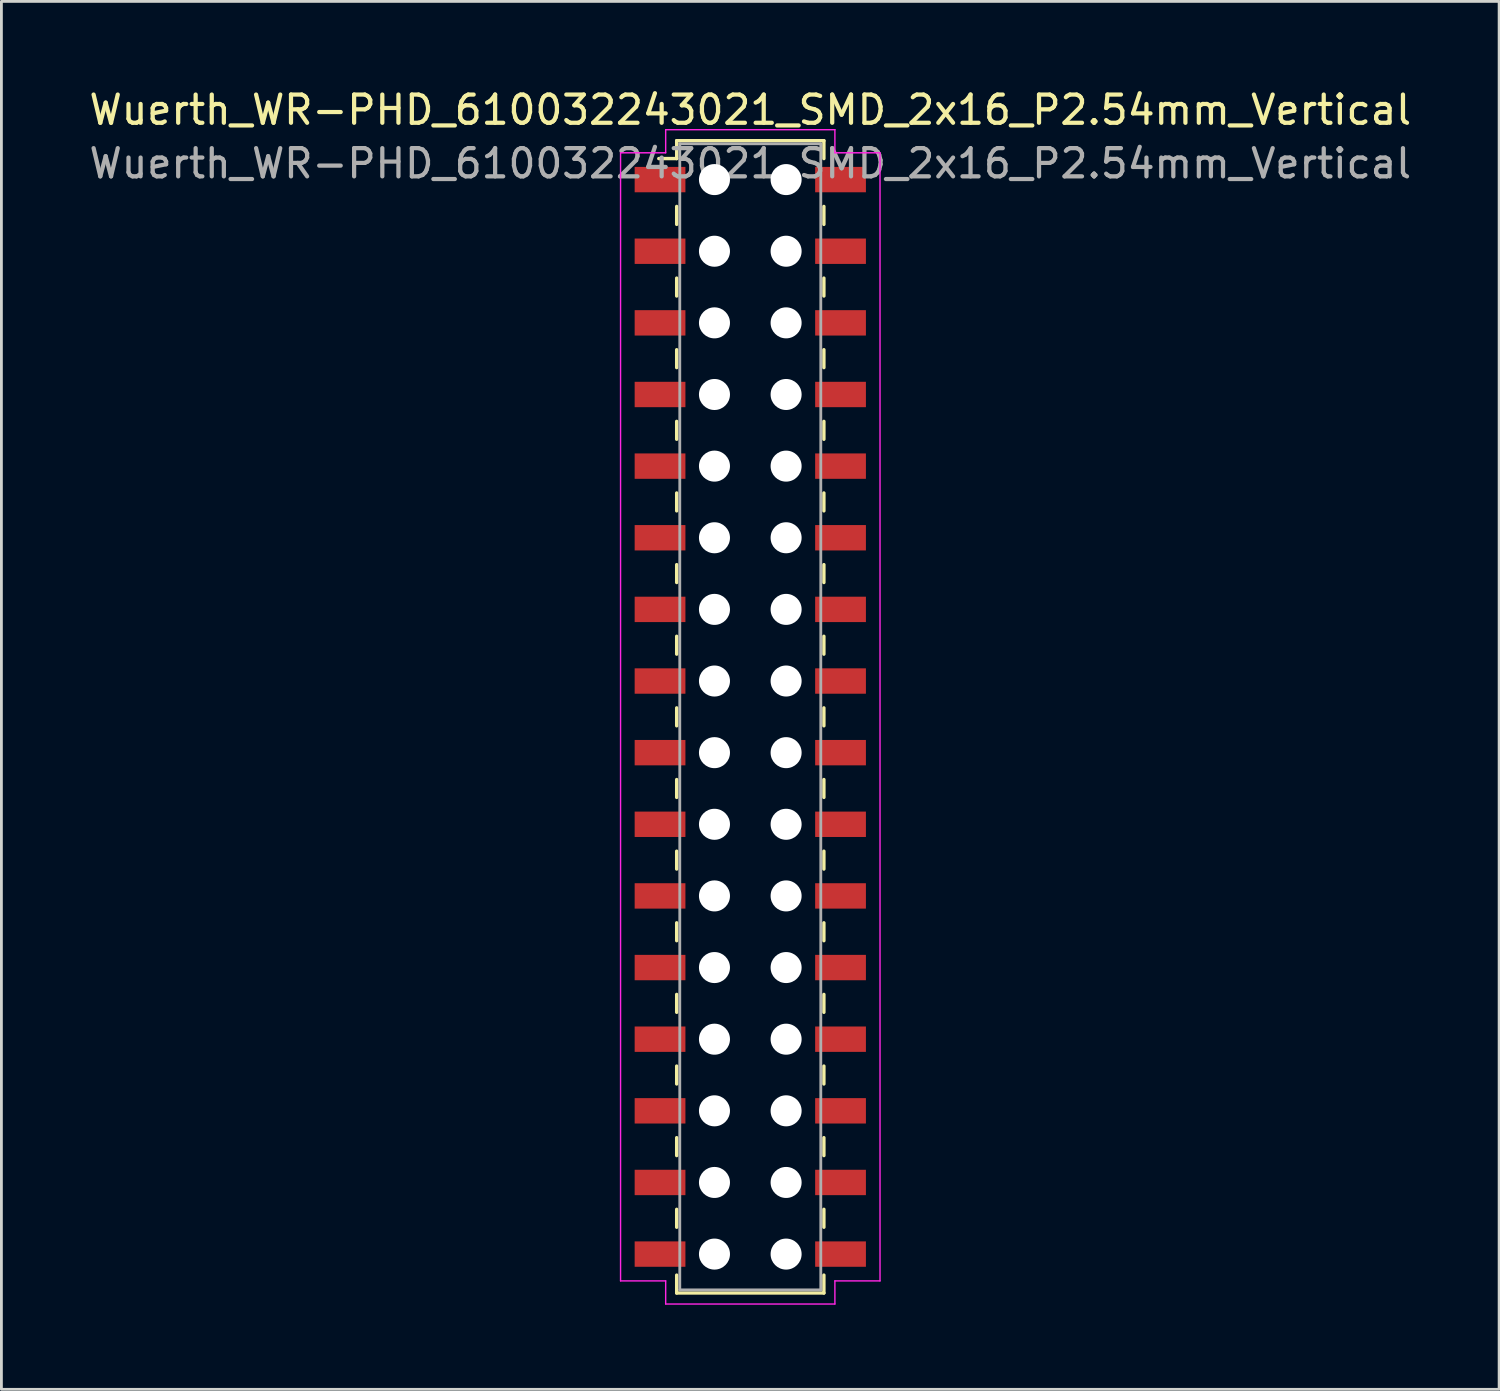
<source format=kicad_pcb>
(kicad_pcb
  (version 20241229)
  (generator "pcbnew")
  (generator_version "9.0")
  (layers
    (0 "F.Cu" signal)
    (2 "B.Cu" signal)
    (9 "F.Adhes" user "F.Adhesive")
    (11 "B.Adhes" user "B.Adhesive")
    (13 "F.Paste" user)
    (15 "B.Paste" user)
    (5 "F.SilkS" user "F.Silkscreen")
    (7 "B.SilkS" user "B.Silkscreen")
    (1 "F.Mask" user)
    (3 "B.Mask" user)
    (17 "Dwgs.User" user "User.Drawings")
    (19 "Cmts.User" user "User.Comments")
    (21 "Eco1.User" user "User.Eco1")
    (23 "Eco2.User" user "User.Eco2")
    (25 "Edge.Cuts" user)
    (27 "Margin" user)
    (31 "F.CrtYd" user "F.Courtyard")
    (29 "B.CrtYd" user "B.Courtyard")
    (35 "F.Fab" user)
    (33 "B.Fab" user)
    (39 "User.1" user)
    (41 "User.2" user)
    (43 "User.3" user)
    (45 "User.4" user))
  (footprint "Wuerth_WR-PHD_610032243021_SMD_2x16_P2.54mm_Vertical"
    (layer "F.Cu")
    (at 23.554 22.368)
    (property "Reference" "Wuerth_WR-PHD_610032243021_SMD_2x16_P2.54mm_Vertical" (at 0 -21.52 0) (layer "F.SilkS") (effects (font (size 1 1) (thickness 0.15))))
    (attr smd)
    (fp_line (start -2.61 -20.43) (end -2.61 -19.795) (stroke (width 0.12) (type solid)) (layer "F.SilkS"))
    (fp_line (start -2.61 -20.43) (end 2.61 -20.43) (stroke (width 0.12) (type solid)) (layer "F.SilkS"))
    (fp_line (start -2.61 -19.795) (end -3.245 -19.795) (stroke (width 0.12) (type solid)) (layer "F.SilkS"))
    (fp_line (start -2.61 -18.098) (end -2.61 -17.462) (stroke (width 0.12) (type solid)) (layer "F.SilkS"))
    (fp_line (start -2.61 -15.557) (end -2.61 -14.922) (stroke (width 0.12) (type solid)) (layer "F.SilkS"))
    (fp_line (start -2.61 -13.018) (end -2.61 -12.383) (stroke (width 0.12) (type solid)) (layer "F.SilkS"))
    (fp_line (start -2.61 -10.477) (end -2.61 -9.842) (stroke (width 0.12) (type solid)) (layer "F.SilkS"))
    (fp_line (start -2.61 -7.938) (end -2.61 -7.303) (stroke (width 0.12) (type solid)) (layer "F.SilkS"))
    (fp_line (start -2.61 -5.397) (end -2.61 -4.763) (stroke (width 0.12) (type solid)) (layer "F.SilkS"))
    (fp_line (start -2.61 -2.857) (end -2.61 -2.223) (stroke (width 0.12) (type solid)) (layer "F.SilkS"))
    (fp_line (start -2.61 -0.318) (end -2.61 0.318) (stroke (width 0.12) (type solid)) (layer "F.SilkS"))
    (fp_line (start -2.61 2.223) (end -2.61 2.857) (stroke (width 0.12) (type solid)) (layer "F.SilkS"))
    (fp_line (start -2.61 4.763) (end -2.61 5.397) (stroke (width 0.12) (type solid)) (layer "F.SilkS"))
    (fp_line (start -2.61 7.303) (end -2.61 7.938) (stroke (width 0.12) (type solid)) (layer "F.SilkS"))
    (fp_line (start -2.61 9.842) (end -2.61 10.477) (stroke (width 0.12) (type solid)) (layer "F.SilkS"))
    (fp_line (start -2.61 12.383) (end -2.61 13.018) (stroke (width 0.12) (type solid)) (layer "F.SilkS"))
    (fp_line (start -2.61 14.922) (end -2.61 15.557) (stroke (width 0.12) (type solid)) (layer "F.SilkS"))
    (fp_line (start -2.61 17.462) (end -2.61 18.098) (stroke (width 0.12) (type solid)) (layer "F.SilkS"))
    (fp_line (start -2.61 20.43) (end -2.61 19.795) (stroke (width 0.12) (type solid)) (layer "F.SilkS"))
    (fp_line (start -2.61 20.43) (end 2.61 20.43) (stroke (width 0.12) (type solid)) (layer "F.SilkS"))
    (fp_line (start 2.61 -20.43) (end 2.61 -19.795) (stroke (width 0.12) (type solid)) (layer "F.SilkS"))
    (fp_line (start 2.61 -18.098) (end 2.61 -17.462) (stroke (width 0.12) (type solid)) (layer "F.SilkS"))
    (fp_line (start 2.61 -15.557) (end 2.61 -14.922) (stroke (width 0.12) (type solid)) (layer "F.SilkS"))
    (fp_line (start 2.61 -13.018) (end 2.61 -12.383) (stroke (width 0.12) (type solid)) (layer "F.SilkS"))
    (fp_line (start 2.61 -10.477) (end 2.61 -9.842) (stroke (width 0.12) (type solid)) (layer "F.SilkS"))
    (fp_line (start 2.61 -7.938) (end 2.61 -7.303) (stroke (width 0.12) (type solid)) (layer "F.SilkS"))
    (fp_line (start 2.61 -5.397) (end 2.61 -4.763) (stroke (width 0.12) (type solid)) (layer "F.SilkS"))
    (fp_line (start 2.61 -2.857) (end 2.61 -2.223) (stroke (width 0.12) (type solid)) (layer "F.SilkS"))
    (fp_line (start 2.61 -0.318) (end 2.61 0.318) (stroke (width 0.12) (type solid)) (layer "F.SilkS"))
    (fp_line (start 2.61 2.223) (end 2.61 2.857) (stroke (width 0.12) (type solid)) (layer "F.SilkS"))
    (fp_line (start 2.61 4.763) (end 2.61 5.397) (stroke (width 0.12) (type solid)) (layer "F.SilkS"))
    (fp_line (start 2.61 7.303) (end 2.61 7.938) (stroke (width 0.12) (type solid)) (layer "F.SilkS"))
    (fp_line (start 2.61 9.842) (end 2.61 10.477) (stroke (width 0.12) (type solid)) (layer "F.SilkS"))
    (fp_line (start 2.61 12.383) (end 2.61 13.018) (stroke (width 0.12) (type solid)) (layer "F.SilkS"))
    (fp_line (start 2.61 14.922) (end 2.61 15.557) (stroke (width 0.12) (type solid)) (layer "F.SilkS"))
    (fp_line (start 2.61 17.462) (end 2.61 18.098) (stroke (width 0.12) (type solid)) (layer "F.SilkS"))
    (fp_line (start 2.61 20.43) (end 2.61 19.795) (stroke (width 0.12) (type solid)) (layer "F.SilkS"))
    (fp_line (start -4.6 -20) (end -3 -20) (stroke (width 0.05) (type solid)) (layer "F.CrtYd"))
    (fp_line (start -4.6 20) (end -4.6 -20) (stroke (width 0.05) (type solid)) (layer "F.CrtYd"))
    (fp_line (start -3 -20.82) (end 3 -20.82) (stroke (width 0.05) (type solid)) (layer "F.CrtYd"))
    (fp_line (start -3 -20) (end -3 -20.82) (stroke (width 0.05) (type solid)) (layer "F.CrtYd"))
    (fp_line (start -3 20) (end -4.6 20) (stroke (width 0.05) (type solid)) (layer "F.CrtYd"))
    (fp_line (start -3 20.82) (end -3 20) (stroke (width 0.05) (type solid)) (layer "F.CrtYd"))
    (fp_line (start 3 -20.82) (end 3 -20) (stroke (width 0.05) (type solid)) (layer "F.CrtYd"))
    (fp_line (start 3 -20) (end 4.6 -20) (stroke (width 0.05) (type solid)) (layer "F.CrtYd"))
    (fp_line (start 3 20) (end 3 20.82) (stroke (width 0.05) (type solid)) (layer "F.CrtYd"))
    (fp_line (start 3 20.82) (end -3 20.82) (stroke (width 0.05) (type solid)) (layer "F.CrtYd"))
    (fp_line (start 4.6 -20) (end 4.6 20) (stroke (width 0.05) (type solid)) (layer "F.CrtYd"))
    (fp_line (start 4.6 20) (end 3 20) (stroke (width 0.05) (type solid)) (layer "F.CrtYd"))
    (fp_line (start -2.5 -20.32) (end -2.5 20.32) (stroke (width 0.1) (type solid)) (layer "F.Fab"))
    (fp_line (start -2.5 20.32) (end 2.5 20.32) (stroke (width 0.1) (type solid)) (layer "F.Fab"))
    (fp_line (start 2.5 -20.32) (end -2.5 -20.32) (stroke (width 0.1) (type solid)) (layer "F.Fab"))
    (fp_line (start 2.5 20.32) (end 2.5 -20.32) (stroke (width 0.1) (type solid)) (layer "F.Fab"))
    (fp_text user "${REFERENCE}" (at 0 -19.62 0) (layer "F.Fab") (effects (font (size 1 1) (thickness 0.15))))
    (pad "" np_thru_hole circle (at -1.27 -19.05) (size 1.1 1.1) (drill 1.1) (layers "*.Cu" "*.Mask"))
    (pad "" np_thru_hole circle (at -1.27 -16.51) (size 1.1 1.1) (drill 1.1) (layers "*.Cu" "*.Mask"))
    (pad "" np_thru_hole circle (at -1.27 -13.97) (size 1.1 1.1) (drill 1.1) (layers "*.Cu" "*.Mask"))
    (pad "" np_thru_hole circle (at -1.27 -11.43) (size 1.1 1.1) (drill 1.1) (layers "*.Cu" "*.Mask"))
    (pad "" np_thru_hole circle (at -1.27 -8.89) (size 1.1 1.1) (drill 1.1) (layers "*.Cu" "*.Mask"))
    (pad "" np_thru_hole circle (at -1.27 -6.35) (size 1.1 1.1) (drill 1.1) (layers "*.Cu" "*.Mask"))
    (pad "" np_thru_hole circle (at -1.27 -3.81) (size 1.1 1.1) (drill 1.1) (layers "*.Cu" "*.Mask"))
    (pad "" np_thru_hole circle (at -1.27 -1.27) (size 1.1 1.1) (drill 1.1) (layers "*.Cu" "*.Mask"))
    (pad "" np_thru_hole circle (at -1.27 1.27) (size 1.1 1.1) (drill 1.1) (layers "*.Cu" "*.Mask"))
    (pad "" np_thru_hole circle (at -1.27 3.81) (size 1.1 1.1) (drill 1.1) (layers "*.Cu" "*.Mask"))
    (pad "" np_thru_hole circle (at -1.27 6.35) (size 1.1 1.1) (drill 1.1) (layers "*.Cu" "*.Mask"))
    (pad "" np_thru_hole circle (at -1.27 8.89) (size 1.1 1.1) (drill 1.1) (layers "*.Cu" "*.Mask"))
    (pad "" np_thru_hole circle (at -1.27 11.43) (size 1.1 1.1) (drill 1.1) (layers "*.Cu" "*.Mask"))
    (pad "" np_thru_hole circle (at -1.27 13.97) (size 1.1 1.1) (drill 1.1) (layers "*.Cu" "*.Mask"))
    (pad "" np_thru_hole circle (at -1.27 16.51) (size 1.1 1.1) (drill 1.1) (layers "*.Cu" "*.Mask"))
    (pad "" np_thru_hole circle (at -1.27 19.05) (size 1.1 1.1) (drill 1.1) (layers "*.Cu" "*.Mask"))
    (pad "" np_thru_hole circle (at 1.27 -19.05) (size 1.1 1.1) (drill 1.1) (layers "*.Cu" "*.Mask"))
    (pad "" np_thru_hole circle (at 1.27 -16.51) (size 1.1 1.1) (drill 1.1) (layers "*.Cu" "*.Mask"))
    (pad "" np_thru_hole circle (at 1.27 -13.97) (size 1.1 1.1) (drill 1.1) (layers "*.Cu" "*.Mask"))
    (pad "" np_thru_hole circle (at 1.27 -11.43) (size 1.1 1.1) (drill 1.1) (layers "*.Cu" "*.Mask"))
    (pad "" np_thru_hole circle (at 1.27 -8.89) (size 1.1 1.1) (drill 1.1) (layers "*.Cu" "*.Mask"))
    (pad "" np_thru_hole circle (at 1.27 -6.35) (size 1.1 1.1) (drill 1.1) (layers "*.Cu" "*.Mask"))
    (pad "" np_thru_hole circle (at 1.27 -3.81) (size 1.1 1.1) (drill 1.1) (layers "*.Cu" "*.Mask"))
    (pad "" np_thru_hole circle (at 1.27 -1.27) (size 1.1 1.1) (drill 1.1) (layers "*.Cu" "*.Mask"))
    (pad "" np_thru_hole circle (at 1.27 1.27) (size 1.1 1.1) (drill 1.1) (layers "*.Cu" "*.Mask"))
    (pad "" np_thru_hole circle (at 1.27 3.81) (size 1.1 1.1) (drill 1.1) (layers "*.Cu" "*.Mask"))
    (pad "" np_thru_hole circle (at 1.27 6.35) (size 1.1 1.1) (drill 1.1) (layers "*.Cu" "*.Mask"))
    (pad "" np_thru_hole circle (at 1.27 8.89) (size 1.1 1.1) (drill 1.1) (layers "*.Cu" "*.Mask"))
    (pad "" np_thru_hole circle (at 1.27 11.43) (size 1.1 1.1) (drill 1.1) (layers "*.Cu" "*.Mask"))
    (pad "" np_thru_hole circle (at 1.27 13.97) (size 1.1 1.1) (drill 1.1) (layers "*.Cu" "*.Mask"))
    (pad "" np_thru_hole circle (at 1.27 16.51) (size 1.1 1.1) (drill 1.1) (layers "*.Cu" "*.Mask"))
    (pad "" np_thru_hole circle (at 1.27 19.05) (size 1.1 1.1) (drill 1.1) (layers "*.Cu" "*.Mask"))
    (pad "1" smd rect (at -3.2 -19.05) (size 1.8 0.9) (layers "F.Cu" "F.Mask" "F.Paste"))
    (pad "2" smd rect (at 3.2 -19.05) (size 1.8 0.9) (layers "F.Cu" "F.Mask" "F.Paste"))
    (pad "3" smd rect (at -3.2 -16.51) (size 1.8 0.9) (layers "F.Cu" "F.Mask" "F.Paste"))
    (pad "4" smd rect (at 3.2 -16.51) (size 1.8 0.9) (layers "F.Cu" "F.Mask" "F.Paste"))
    (pad "5" smd rect (at -3.2 -13.97) (size 1.8 0.9) (layers "F.Cu" "F.Mask" "F.Paste"))
    (pad "6" smd rect (at 3.2 -13.97) (size 1.8 0.9) (layers "F.Cu" "F.Mask" "F.Paste"))
    (pad "7" smd rect (at -3.2 -11.43) (size 1.8 0.9) (layers "F.Cu" "F.Mask" "F.Paste"))
    (pad "8" smd rect (at 3.2 -11.43) (size 1.8 0.9) (layers "F.Cu" "F.Mask" "F.Paste"))
    (pad "9" smd rect (at -3.2 -8.89) (size 1.8 0.9) (layers "F.Cu" "F.Mask" "F.Paste"))
    (pad "10" smd rect (at 3.2 -8.89) (size 1.8 0.9) (layers "F.Cu" "F.Mask" "F.Paste"))
    (pad "11" smd rect (at -3.2 -6.35) (size 1.8 0.9) (layers "F.Cu" "F.Mask" "F.Paste"))
    (pad "12" smd rect (at 3.2 -6.35) (size 1.8 0.9) (layers "F.Cu" "F.Mask" "F.Paste"))
    (pad "13" smd rect (at -3.2 -3.81) (size 1.8 0.9) (layers "F.Cu" "F.Mask" "F.Paste"))
    (pad "14" smd rect (at 3.2 -3.81) (size 1.8 0.9) (layers "F.Cu" "F.Mask" "F.Paste"))
    (pad "15" smd rect (at -3.2 -1.27) (size 1.8 0.9) (layers "F.Cu" "F.Mask" "F.Paste"))
    (pad "16" smd rect (at 3.2 -1.27) (size 1.8 0.9) (layers "F.Cu" "F.Mask" "F.Paste"))
    (pad "17" smd rect (at -3.2 1.27) (size 1.8 0.9) (layers "F.Cu" "F.Mask" "F.Paste"))
    (pad "18" smd rect (at 3.2 1.27) (size 1.8 0.9) (layers "F.Cu" "F.Mask" "F.Paste"))
    (pad "19" smd rect (at -3.2 3.81) (size 1.8 0.9) (layers "F.Cu" "F.Mask" "F.Paste"))
    (pad "20" smd rect (at 3.2 3.81) (size 1.8 0.9) (layers "F.Cu" "F.Mask" "F.Paste"))
    (pad "21" smd rect (at -3.2 6.35) (size 1.8 0.9) (layers "F.Cu" "F.Mask" "F.Paste"))
    (pad "22" smd rect (at 3.2 6.35) (size 1.8 0.9) (layers "F.Cu" "F.Mask" "F.Paste"))
    (pad "23" smd rect (at -3.2 8.89) (size 1.8 0.9) (layers "F.Cu" "F.Mask" "F.Paste"))
    (pad "24" smd rect (at 3.2 8.89) (size 1.8 0.9) (layers "F.Cu" "F.Mask" "F.Paste"))
    (pad "25" smd rect (at -3.2 11.43) (size 1.8 0.9) (layers "F.Cu" "F.Mask" "F.Paste"))
    (pad "26" smd rect (at 3.2 11.43) (size 1.8 0.9) (layers "F.Cu" "F.Mask" "F.Paste"))
    (pad "27" smd rect (at -3.2 13.97) (size 1.8 0.9) (layers "F.Cu" "F.Mask" "F.Paste"))
    (pad "28" smd rect (at 3.2 13.97) (size 1.8 0.9) (layers "F.Cu" "F.Mask" "F.Paste"))
    (pad "29" smd rect (at -3.2 16.51) (size 1.8 0.9) (layers "F.Cu" "F.Mask" "F.Paste"))
    (pad "30" smd rect (at 3.2 16.51) (size 1.8 0.9) (layers "F.Cu" "F.Mask" "F.Paste"))
    (pad "31" smd rect (at -3.2 19.05) (size 1.8 0.9) (layers "F.Cu" "F.Mask" "F.Paste"))
    (pad "32" smd rect (at 3.2 19.05) (size 1.8 0.9) (layers "F.Cu" "F.Mask" "F.Paste")))
  (gr_rect
    (start -3 -3)
    (end 50.107 46.213)
    (stroke (width 0.1) (type default))
    (fill no)
    (layer "Edge.Cuts")))
</source>
